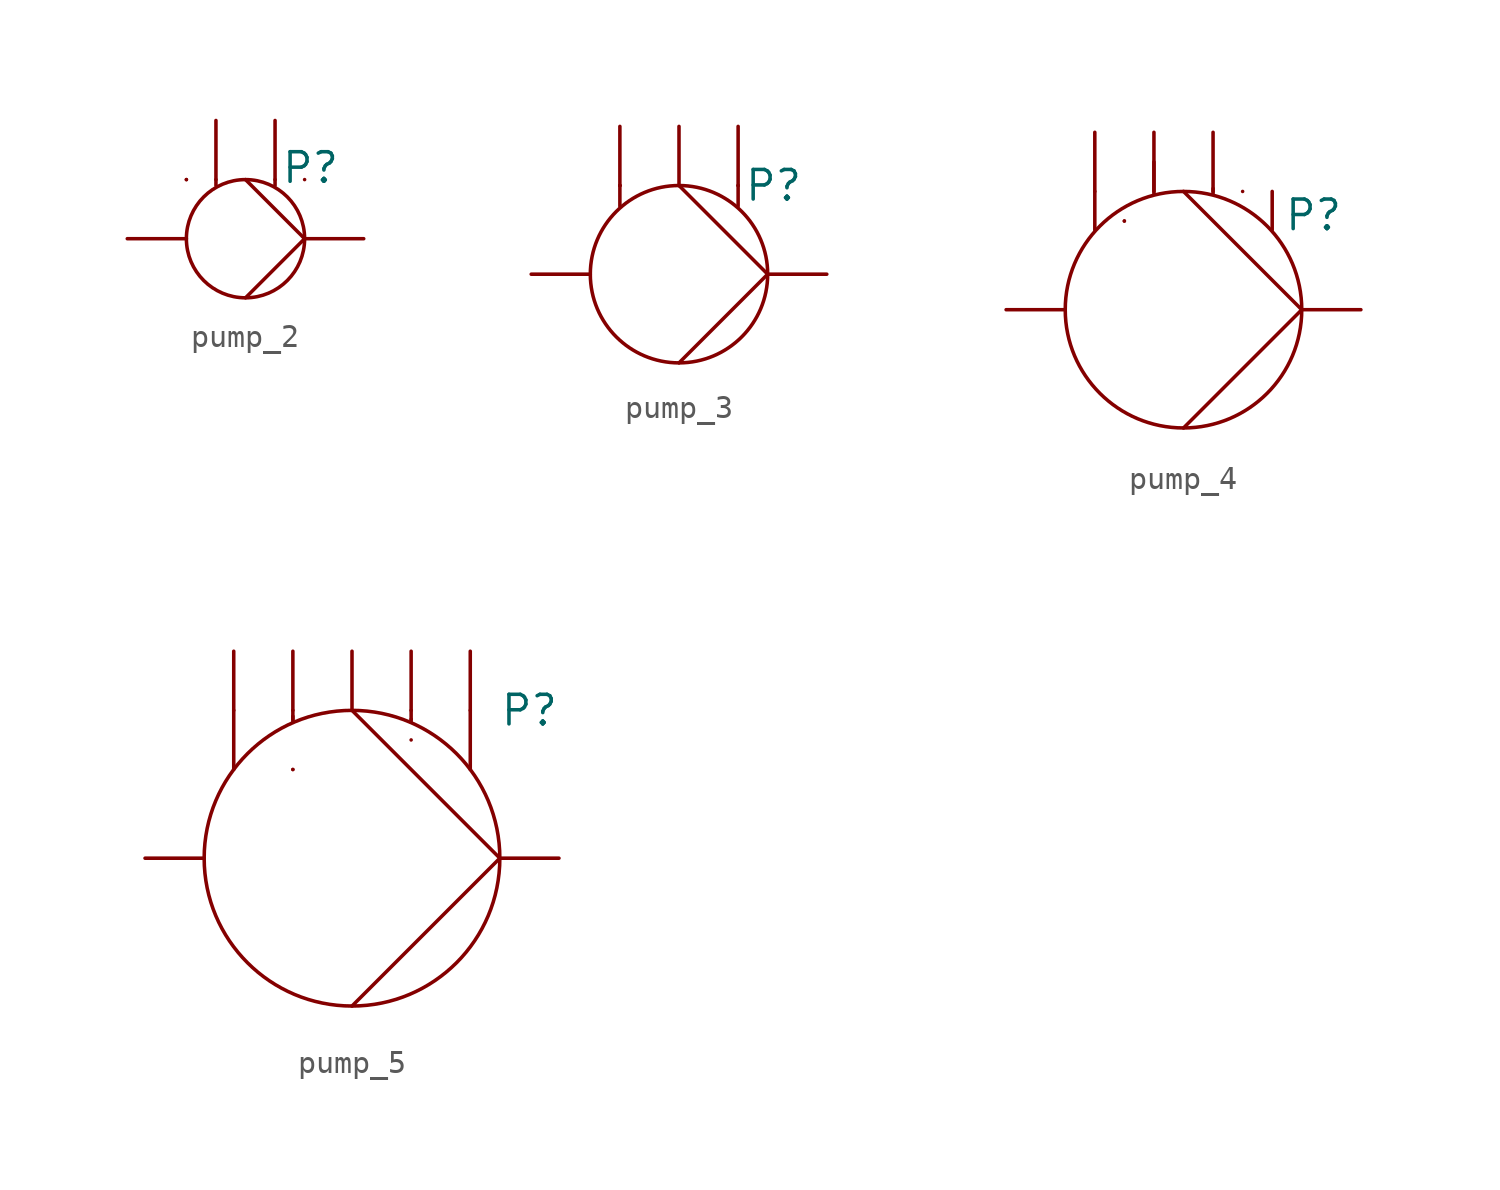
<source format=kicad_sym>
(kicad_symbol_lib
  (version 20231120)
  (generator "kicad_symbol_editor")
  (generator_version "8.0")
  (symbol "pump_2"
    (pin_numbers hide)
    (pin_names hide)
    (property "Reference" "P"
      (at 2.794 3.048 0)
      (effects (font (size 1.27 1.27))))
    (property "Value" ""
      (at 0 0 0)
      (effects (font (size 1.27 1.27))))
    (symbol "pump_2_0_1"
      (polyline (pts (xy -2.54 2.54) (xy -2.54 2.54)) (stroke (width 0) (type default)) (fill (type none)))
      (polyline (pts (xy -2.54 2.54) (xy -2.54 2.54)) (stroke (width 0) (type default)) (fill (type none)))
      (polyline (pts (xy -1.27 2.54) (xy -1.27 2.286)) (stroke (width 0) (type default)) (fill (type none)))
      (polyline (pts (xy 0 2.54) (xy 2.54 0)) (stroke (width 0) (type default)) (fill (type none)))
      (polyline (pts (xy 1.27 2.54) (xy 1.27 2.286)) (stroke (width 0) (type default)) (fill (type none)))
      (polyline (pts (xy 2.54 0) (xy 0 -2.54)) (stroke (width 0) (type default)) (fill (type none)))
      (polyline (pts (xy 2.54 2.54) (xy 2.54 2.54)) (stroke (width 0) (type default)) (fill (type none)))
      (circle (center 0 0) (radius 2.54) (stroke (width 0) (type default)) (fill (type none))))
    (symbol "pump_2_1_1"
      (pin input line (at -5.08 0 0) (length 2.54) (name "in" (effects (font (size 1.27 1.27)))) (number "1" (effects (font (size 1.27 1.27)))))
      (pin output line (at 5.08 0 180) (length 2.54) (name "out" (effects (font (size 1.27 1.27)))) (number "2" (effects (font (size 1.27 1.27)))))
      (pin input line (at -1.27 5.08 270) (length 2.54) (name "pump_1" (effects (font (size 1.27 1.27)))) (number "3" (effects (font (size 1.27 1.27)))))
      (pin input line (at 1.27 5.08 270) (length 2.54) (name "pump_2" (effects (font (size 1.27 1.27)))) (number "4" (effects (font (size 1.27 1.27)))))))
  (symbol "pump_3"
    (pin_numbers hide)
    (pin_names hide)
    (property "Reference" "P"
      (at 4.064 3.81 0)
      (effects (font (size 1.27 1.27))))
    (property "Value" ""
      (at 0 0 0)
      (effects (font (size 1.27 1.27))))
    (symbol "pump_3_0_1"
      (polyline (pts (xy -2.54 3.81) (xy -2.54 2.921)) (stroke (width 0) (type default)) (fill (type none)))
      (polyline (pts (xy -2.54 3.81) (xy -2.54 3.81)) (stroke (width 0) (type default)) (fill (type none)))
      (polyline (pts (xy -2.54 3.81) (xy -2.54 3.81)) (stroke (width 0) (type default)) (fill (type none)))
      (polyline (pts (xy 0 3.81) (xy 3.81 0)) (stroke (width 0) (type default)) (fill (type none)))
      (polyline (pts (xy 2.54 3.81) (xy 2.54 2.921)) (stroke (width 0) (type default)) (fill (type none)))
      (polyline (pts (xy 2.54 3.81) (xy 2.54 3.81)) (stroke (width 0) (type default)) (fill (type none)))
      (polyline (pts (xy 3.81 0) (xy 0 -3.81)) (stroke (width 0) (type default)) (fill (type none)))
      (circle (center 0 0) (radius 3.81) (stroke (width 0) (type default)) (fill (type none))))
    (symbol "pump_3_1_1"
      (pin input line (at -6.35 0 0) (length 2.54) (name "in" (effects (font (size 1.27 1.27)))) (number "1" (effects (font (size 1.27 1.27)))))
      (pin output line (at 6.35 0 180) (length 2.54) (name "out" (effects (font (size 1.27 1.27)))) (number "2" (effects (font (size 1.27 1.27)))))
      (pin input line (at -2.54 6.35 270) (length 2.54) (name "pump_1" (effects (font (size 1.27 1.27)))) (number "3" (effects (font (size 1.27 1.27)))))
      (pin input line (at 0 6.35 270) (length 2.54) (name "pump_2" (effects (font (size 1.27 1.27)))) (number "4" (effects (font (size 1.27 1.27)))))
      (pin input line (at 2.54 6.35 270) (length 2.54) (name "pump_3" (effects (font (size 1.27 1.27)))) (number "5" (effects (font (size 1.27 1.27)))))))
  (symbol "pump_4"
    (pin_numbers hide)
    (pin_names hide)
    (property "Reference" "P"
      (at 5.588 4.064 0)
      (effects (font (size 1.27 1.27))))
    (property "Value" ""
      (at 0 0 0)
      (effects (font (size 1.27 1.27))))
    (symbol "pump_4_0_1"
      (polyline (pts (xy -3.81 5.08) (xy -3.81 3.429)) (stroke (width 0) (type default)) (fill (type none)))
      (polyline (pts (xy -2.54 3.81) (xy -2.54 3.81)) (stroke (width 0) (type default)) (fill (type none)))
      (polyline (pts (xy -2.54 3.81) (xy -2.54 3.81)) (stroke (width 0) (type default)) (fill (type none)))
      (polyline (pts (xy -1.27 6.35) (xy -1.27 4.953)) (stroke (width 0) (type default)) (fill (type none)))
      (polyline (pts (xy 1.27 4.953) (xy 1.27 5.207)) (stroke (width 0) (type default)) (fill (type none)))
      (polyline (pts (xy 2.54 5.08) (xy 2.54 5.08)) (stroke (width 0) (type default)) (fill (type none)))
      (polyline (pts (xy 3.81 5.08) (xy 3.81 3.429)) (stroke (width 0) (type default)) (fill (type none)))
      (polyline (pts (xy 0 5.08) (xy 5.08 0) (xy 0 -5.08)) (stroke (width 0) (type default)) (fill (type none)))
      (circle (center 0 0) (radius 5.08) (stroke (width 0) (type default)) (fill (type none))))
    (symbol "pump_4_1_1"
      (pin input line (at -7.62 0 0) (length 2.54) (name "in" (effects (font (size 1.27 1.27)))) (number "1" (effects (font (size 1.27 1.27)))))
      (pin output line (at 7.62 0 180) (length 2.54) (name "out" (effects (font (size 1.27 1.27)))) (number "2" (effects (font (size 1.27 1.27)))))
      (pin input line (at -3.81 7.62 270) (length 2.54) (name "pump_1" (effects (font (size 1.27 1.27)))) (number "3" (effects (font (size 1.27 1.27)))))
      (pin input line (at -1.27 7.62 270) (length 2.54) (name "pump_2" (effects (font (size 1.27 1.27)))) (number "4" (effects (font (size 1.27 1.27)))))
      (pin input line (at 1.27 7.62 270) (length 2.54) (name "pump_3" (effects (font (size 1.27 1.27)))) (number "5" (effects (font (size 1.27 1.27)))))
      (pin input line (at 3.81 7.62 270) (length 2.54) hide (name "pump_4" (effects (font (size 1.27 1.27)))) (number "6" (effects (font (size 1.27 1.27)))))))
  (symbol "pump_5"
    (pin_numbers hide)
    (pin_names hide)
    (property "Reference" "P"
      (at 7.62 6.35 0)
      (effects (font (size 1.27 1.27))))
    (property "Value" ""
      (at 0 0 0)
      (effects (font (size 1.27 1.27))))
    (symbol "pump_5_0_1"
      (polyline (pts (xy -5.08 6.35) (xy -5.08 3.81)) (stroke (width 0) (type default)) (fill (type none)))
      (polyline (pts (xy -2.54 3.81) (xy -2.54 3.81)) (stroke (width 0) (type default)) (fill (type none)))
      (polyline (pts (xy -2.54 3.81) (xy -2.54 3.81)) (stroke (width 0) (type default)) (fill (type none)))
      (polyline (pts (xy -2.54 6.096) (xy -2.54 5.842)) (stroke (width 0) (type default)) (fill (type none)))
      (polyline (pts (xy -2.54 6.35) (xy -2.54 5.969)) (stroke (width 0) (type default)) (fill (type none)))
      (polyline (pts (xy 2.54 5.08) (xy 2.54 5.08)) (stroke (width 0) (type default)) (fill (type none)))
      (polyline (pts (xy 2.54 5.969) (xy 2.54 5.842)) (stroke (width 0) (type default)) (fill (type none)))
      (polyline (pts (xy 2.54 6.35) (xy 2.54 5.969)) (stroke (width 0) (type default)) (fill (type none)))
      (polyline (pts (xy 5.08 6.35) (xy 5.08 3.81)) (stroke (width 0) (type default)) (fill (type none)))
      (polyline (pts (xy 0 6.35) (xy 6.35 0) (xy 0 -6.35)) (stroke (width 0) (type default)) (fill (type none)))
      (circle (center 0 0) (radius 6.35) (stroke (width 0) (type default)) (fill (type none))))
    (symbol "pump_5_1_1"
      (pin input line (at -8.89 0 0) (length 2.54) (name "in" (effects (font (size 1.27 1.27)))) (number "1" (effects (font (size 1.27 1.27)))))
      (pin output line (at 8.89 0 180) (length 2.54) (name "out" (effects (font (size 1.27 1.27)))) (number "2" (effects (font (size 1.27 1.27)))))
      (pin input line (at -5.08 8.89 270) (length 2.54) (name "pump_1" (effects (font (size 1.27 1.27)))) (number "3" (effects (font (size 1.27 1.27)))))
      (pin input line (at -2.54 8.89 270) (length 2.54) (name "pump_2" (effects (font (size 1.27 1.27)))) (number "4" (effects (font (size 1.27 1.27)))))
      (pin input line (at 0 8.89 270) (length 2.54) (name "pump_3" (effects (font (size 1.27 1.27)))) (number "5" (effects (font (size 1.27 1.27)))))
      (pin input line (at 2.54 8.89 270) (length 2.54) (name "pump_4" (effects (font (size 1.27 1.27)))) (number "6" (effects (font (size 1.27 1.27)))))
      (pin input line (at 5.08 8.89 270) (length 2.54) (name "pump_5" (effects (font (size 1.27 1.27)))) (number "7" (effects (font (size 1.27 1.27))))))))
</source>
